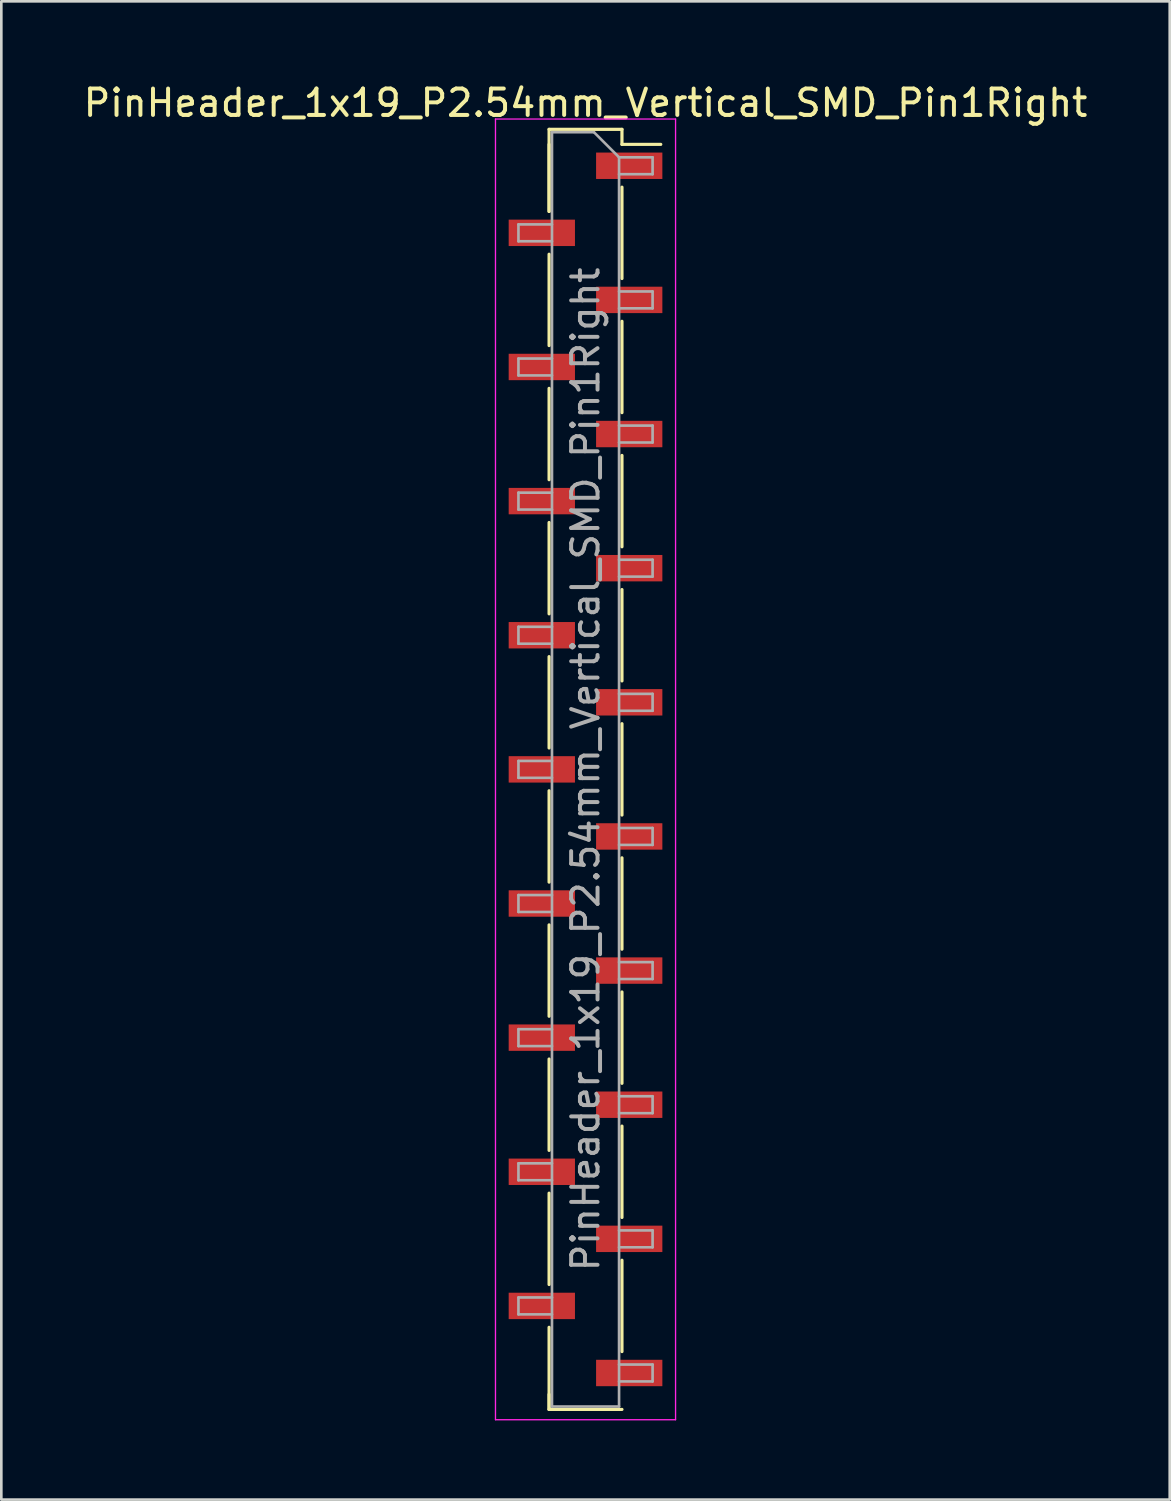
<source format=kicad_pcb>
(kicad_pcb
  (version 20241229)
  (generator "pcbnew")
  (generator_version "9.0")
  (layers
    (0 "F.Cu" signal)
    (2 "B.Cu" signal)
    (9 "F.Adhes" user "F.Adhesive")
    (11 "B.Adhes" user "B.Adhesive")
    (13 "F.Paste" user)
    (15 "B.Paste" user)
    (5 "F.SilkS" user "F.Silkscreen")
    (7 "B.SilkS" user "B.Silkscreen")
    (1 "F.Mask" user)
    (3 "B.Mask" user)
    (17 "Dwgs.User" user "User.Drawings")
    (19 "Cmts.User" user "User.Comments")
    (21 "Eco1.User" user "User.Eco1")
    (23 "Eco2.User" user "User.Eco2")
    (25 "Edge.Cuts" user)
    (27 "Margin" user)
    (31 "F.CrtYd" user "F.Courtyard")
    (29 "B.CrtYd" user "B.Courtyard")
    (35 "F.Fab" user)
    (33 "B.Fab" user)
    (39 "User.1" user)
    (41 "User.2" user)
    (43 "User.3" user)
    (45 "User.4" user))
  (footprint "PinHeader_1x19_P2.54mm_Vertical_SMD_Pin1Right"
    (layer "F.Cu")
    (at 19.125 26.088)
    (property "Reference" "PinHeader_1x19_P2.54mm_Vertical_SMD_Pin1Right" (at 0 -25.24 0) (layer "F.SilkS") (effects (font (size 1 1) (thickness 0.15))))
    (attr smd)
    (fp_line (start -1.38 -24.24) (end -1.38 -21.13) (stroke (width 0.12) (type solid)) (layer "F.SilkS"))
    (fp_line (start -1.38 -24.24) (end 1.38 -24.24) (stroke (width 0.12) (type solid)) (layer "F.SilkS"))
    (fp_line (start -1.38 -23.67) (end -1.38 -21.13) (stroke (width 0.12) (type solid)) (layer "F.SilkS"))
    (fp_line (start -1.38 -19.51) (end -1.38 -16.05) (stroke (width 0.12) (type solid)) (layer "F.SilkS"))
    (fp_line (start -1.38 -14.43) (end -1.38 -10.97) (stroke (width 0.12) (type solid)) (layer "F.SilkS"))
    (fp_line (start -1.38 -9.35) (end -1.38 -5.89) (stroke (width 0.12) (type solid)) (layer "F.SilkS"))
    (fp_line (start -1.38 -4.27) (end -1.38 -0.81) (stroke (width 0.12) (type solid)) (layer "F.SilkS"))
    (fp_line (start -1.38 0.81) (end -1.38 4.27) (stroke (width 0.12) (type solid)) (layer "F.SilkS"))
    (fp_line (start -1.38 5.89) (end -1.38 9.35) (stroke (width 0.12) (type solid)) (layer "F.SilkS"))
    (fp_line (start -1.38 10.97) (end -1.38 14.43) (stroke (width 0.12) (type solid)) (layer "F.SilkS"))
    (fp_line (start -1.38 16.05) (end -1.38 19.51) (stroke (width 0.12) (type solid)) (layer "F.SilkS"))
    (fp_line (start -1.38 21.13) (end -1.38 24.24) (stroke (width 0.12) (type solid)) (layer "F.SilkS"))
    (fp_line (start -1.38 23.67) (end -1.38 24.24) (stroke (width 0.12) (type solid)) (layer "F.SilkS"))
    (fp_line (start -1.38 24.24) (end 1.38 24.24) (stroke (width 0.12) (type solid)) (layer "F.SilkS"))
    (fp_line (start 1.38 -24.24) (end 1.38 -23.67) (stroke (width 0.12) (type solid)) (layer "F.SilkS"))
    (fp_line (start 1.38 -23.67) (end 2.85 -23.67) (stroke (width 0.12) (type solid)) (layer "F.SilkS"))
    (fp_line (start 1.38 -22.05) (end 1.38 -18.59) (stroke (width 0.12) (type solid)) (layer "F.SilkS"))
    (fp_line (start 1.38 -16.97) (end 1.38 -13.51) (stroke (width 0.12) (type solid)) (layer "F.SilkS"))
    (fp_line (start 1.38 -11.89) (end 1.38 -8.43) (stroke (width 0.12) (type solid)) (layer "F.SilkS"))
    (fp_line (start 1.38 -6.81) (end 1.38 -3.35) (stroke (width 0.12) (type solid)) (layer "F.SilkS"))
    (fp_line (start 1.38 -1.73) (end 1.38 1.73) (stroke (width 0.12) (type solid)) (layer "F.SilkS"))
    (fp_line (start 1.38 3.35) (end 1.38 6.81) (stroke (width 0.12) (type solid)) (layer "F.SilkS"))
    (fp_line (start 1.38 8.43) (end 1.38 11.89) (stroke (width 0.12) (type solid)) (layer "F.SilkS"))
    (fp_line (start 1.38 13.51) (end 1.38 16.97) (stroke (width 0.12) (type solid)) (layer "F.SilkS"))
    (fp_line (start 1.38 18.59) (end 1.38 22.05) (stroke (width 0.12) (type solid)) (layer "F.SilkS"))
    (fp_line (start -3.41 -24.63) (end -3.41 24.63) (stroke (width 0.05) (type solid)) (layer "F.CrtYd"))
    (fp_line (start -3.41 24.63) (end 3.41 24.63) (stroke (width 0.05) (type solid)) (layer "F.CrtYd"))
    (fp_line (start 3.41 -24.63) (end -3.41 -24.63) (stroke (width 0.05) (type solid)) (layer "F.CrtYd"))
    (fp_line (start 3.41 24.63) (end 3.41 -24.63) (stroke (width 0.05) (type solid)) (layer "F.CrtYd"))
    (fp_line (start -2.54 -20.64) (end -2.54 -20) (stroke (width 0.1) (type solid)) (layer "F.Fab"))
    (fp_line (start -2.54 -20) (end -1.27 -20) (stroke (width 0.1) (type solid)) (layer "F.Fab"))
    (fp_line (start -2.54 -15.56) (end -2.54 -14.92) (stroke (width 0.1) (type solid)) (layer "F.Fab"))
    (fp_line (start -2.54 -14.92) (end -1.27 -14.92) (stroke (width 0.1) (type solid)) (layer "F.Fab"))
    (fp_line (start -2.54 -10.48) (end -2.54 -9.84) (stroke (width 0.1) (type solid)) (layer "F.Fab"))
    (fp_line (start -2.54 -9.84) (end -1.27 -9.84) (stroke (width 0.1) (type solid)) (layer "F.Fab"))
    (fp_line (start -2.54 -5.4) (end -2.54 -4.76) (stroke (width 0.1) (type solid)) (layer "F.Fab"))
    (fp_line (start -2.54 -4.76) (end -1.27 -4.76) (stroke (width 0.1) (type solid)) (layer "F.Fab"))
    (fp_line (start -2.54 -0.32) (end -2.54 0.32) (stroke (width 0.1) (type solid)) (layer "F.Fab"))
    (fp_line (start -2.54 0.32) (end -1.27 0.32) (stroke (width 0.1) (type solid)) (layer "F.Fab"))
    (fp_line (start -2.54 4.76) (end -2.54 5.4) (stroke (width 0.1) (type solid)) (layer "F.Fab"))
    (fp_line (start -2.54 5.4) (end -1.27 5.4) (stroke (width 0.1) (type solid)) (layer "F.Fab"))
    (fp_line (start -2.54 9.84) (end -2.54 10.48) (stroke (width 0.1) (type solid)) (layer "F.Fab"))
    (fp_line (start -2.54 10.48) (end -1.27 10.48) (stroke (width 0.1) (type solid)) (layer "F.Fab"))
    (fp_line (start -2.54 14.92) (end -2.54 15.56) (stroke (width 0.1) (type solid)) (layer "F.Fab"))
    (fp_line (start -2.54 15.56) (end -1.27 15.56) (stroke (width 0.1) (type solid)) (layer "F.Fab"))
    (fp_line (start -2.54 20) (end -2.54 20.64) (stroke (width 0.1) (type solid)) (layer "F.Fab"))
    (fp_line (start -2.54 20.64) (end -1.27 20.64) (stroke (width 0.1) (type solid)) (layer "F.Fab"))
    (fp_line (start -1.27 -24.13) (end -1.27 24.13) (stroke (width 0.1) (type solid)) (layer "F.Fab"))
    (fp_line (start -1.27 -24.13) (end 0.32 -24.13) (stroke (width 0.1) (type solid)) (layer "F.Fab"))
    (fp_line (start -1.27 -20.64) (end -2.54 -20.64) (stroke (width 0.1) (type solid)) (layer "F.Fab"))
    (fp_line (start -1.27 -15.56) (end -2.54 -15.56) (stroke (width 0.1) (type solid)) (layer "F.Fab"))
    (fp_line (start -1.27 -10.48) (end -2.54 -10.48) (stroke (width 0.1) (type solid)) (layer "F.Fab"))
    (fp_line (start -1.27 -5.4) (end -2.54 -5.4) (stroke (width 0.1) (type solid)) (layer "F.Fab"))
    (fp_line (start -1.27 -0.32) (end -2.54 -0.32) (stroke (width 0.1) (type solid)) (layer "F.Fab"))
    (fp_line (start -1.27 4.76) (end -2.54 4.76) (stroke (width 0.1) (type solid)) (layer "F.Fab"))
    (fp_line (start -1.27 9.84) (end -2.54 9.84) (stroke (width 0.1) (type solid)) (layer "F.Fab"))
    (fp_line (start -1.27 14.92) (end -2.54 14.92) (stroke (width 0.1) (type solid)) (layer "F.Fab"))
    (fp_line (start -1.27 20) (end -2.54 20) (stroke (width 0.1) (type solid)) (layer "F.Fab"))
    (fp_line (start 1.27 -23.18) (end 0.32 -24.13) (stroke (width 0.1) (type solid)) (layer "F.Fab"))
    (fp_line (start 1.27 -23.18) (end 2.54 -23.18) (stroke (width 0.1) (type solid)) (layer "F.Fab"))
    (fp_line (start 1.27 -18.1) (end 2.54 -18.1) (stroke (width 0.1) (type solid)) (layer "F.Fab"))
    (fp_line (start 1.27 -13.02) (end 2.54 -13.02) (stroke (width 0.1) (type solid)) (layer "F.Fab"))
    (fp_line (start 1.27 -7.94) (end 2.54 -7.94) (stroke (width 0.1) (type solid)) (layer "F.Fab"))
    (fp_line (start 1.27 -2.86) (end 2.54 -2.86) (stroke (width 0.1) (type solid)) (layer "F.Fab"))
    (fp_line (start 1.27 2.22) (end 2.54 2.22) (stroke (width 0.1) (type solid)) (layer "F.Fab"))
    (fp_line (start 1.27 7.3) (end 2.54 7.3) (stroke (width 0.1) (type solid)) (layer "F.Fab"))
    (fp_line (start 1.27 12.38) (end 2.54 12.38) (stroke (width 0.1) (type solid)) (layer "F.Fab"))
    (fp_line (start 1.27 17.46) (end 2.54 17.46) (stroke (width 0.1) (type solid)) (layer "F.Fab"))
    (fp_line (start 1.27 22.54) (end 2.54 22.54) (stroke (width 0.1) (type solid)) (layer "F.Fab"))
    (fp_line (start 1.27 24.13) (end -1.27 24.13) (stroke (width 0.1) (type solid)) (layer "F.Fab"))
    (fp_line (start 1.27 24.13) (end 1.27 -23.18) (stroke (width 0.1) (type solid)) (layer "F.Fab"))
    (fp_line (start 2.54 -23.18) (end 2.54 -22.54) (stroke (width 0.1) (type solid)) (layer "F.Fab"))
    (fp_line (start 2.54 -22.54) (end 1.27 -22.54) (stroke (width 0.1) (type solid)) (layer "F.Fab"))
    (fp_line (start 2.54 -18.1) (end 2.54 -17.46) (stroke (width 0.1) (type solid)) (layer "F.Fab"))
    (fp_line (start 2.54 -17.46) (end 1.27 -17.46) (stroke (width 0.1) (type solid)) (layer "F.Fab"))
    (fp_line (start 2.54 -13.02) (end 2.54 -12.38) (stroke (width 0.1) (type solid)) (layer "F.Fab"))
    (fp_line (start 2.54 -12.38) (end 1.27 -12.38) (stroke (width 0.1) (type solid)) (layer "F.Fab"))
    (fp_line (start 2.54 -7.94) (end 2.54 -7.3) (stroke (width 0.1) (type solid)) (layer "F.Fab"))
    (fp_line (start 2.54 -7.3) (end 1.27 -7.3) (stroke (width 0.1) (type solid)) (layer "F.Fab"))
    (fp_line (start 2.54 -2.86) (end 2.54 -2.22) (stroke (width 0.1) (type solid)) (layer "F.Fab"))
    (fp_line (start 2.54 -2.22) (end 1.27 -2.22) (stroke (width 0.1) (type solid)) (layer "F.Fab"))
    (fp_line (start 2.54 2.22) (end 2.54 2.86) (stroke (width 0.1) (type solid)) (layer "F.Fab"))
    (fp_line (start 2.54 2.86) (end 1.27 2.86) (stroke (width 0.1) (type solid)) (layer "F.Fab"))
    (fp_line (start 2.54 7.3) (end 2.54 7.94) (stroke (width 0.1) (type solid)) (layer "F.Fab"))
    (fp_line (start 2.54 7.94) (end 1.27 7.94) (stroke (width 0.1) (type solid)) (layer "F.Fab"))
    (fp_line (start 2.54 12.38) (end 2.54 13.02) (stroke (width 0.1) (type solid)) (layer "F.Fab"))
    (fp_line (start 2.54 13.02) (end 1.27 13.02) (stroke (width 0.1) (type solid)) (layer "F.Fab"))
    (fp_line (start 2.54 17.46) (end 2.54 18.1) (stroke (width 0.1) (type solid)) (layer "F.Fab"))
    (fp_line (start 2.54 18.1) (end 1.27 18.1) (stroke (width 0.1) (type solid)) (layer "F.Fab"))
    (fp_line (start 2.54 22.54) (end 2.54 23.18) (stroke (width 0.1) (type solid)) (layer "F.Fab"))
    (fp_line (start 2.54 23.18) (end 1.27 23.18) (stroke (width 0.1) (type solid)) (layer "F.Fab"))
    (fp_text user "${REFERENCE}" (at 0 0 90) (layer "F.Fab") (effects (font (size 1 1) (thickness 0.15))))
    (pad "1" smd rect (at 1.655 -22.86) (size 2.51 1) (layers "F.Cu" "F.Mask" "F.Paste"))
    (pad "2" smd rect (at -1.655 -20.32) (size 2.51 1) (layers "F.Cu" "F.Mask" "F.Paste"))
    (pad "3" smd rect (at 1.655 -17.78) (size 2.51 1) (layers "F.Cu" "F.Mask" "F.Paste"))
    (pad "4" smd rect (at -1.655 -15.24) (size 2.51 1) (layers "F.Cu" "F.Mask" "F.Paste"))
    (pad "5" smd rect (at 1.655 -12.7) (size 2.51 1) (layers "F.Cu" "F.Mask" "F.Paste"))
    (pad "6" smd rect (at -1.655 -10.16) (size 2.51 1) (layers "F.Cu" "F.Mask" "F.Paste"))
    (pad "7" smd rect (at 1.655 -7.62) (size 2.51 1) (layers "F.Cu" "F.Mask" "F.Paste"))
    (pad "8" smd rect (at -1.655 -5.08) (size 2.51 1) (layers "F.Cu" "F.Mask" "F.Paste"))
    (pad "9" smd rect (at 1.655 -2.54) (size 2.51 1) (layers "F.Cu" "F.Mask" "F.Paste"))
    (pad "10" smd rect (at -1.655 0) (size 2.51 1) (layers "F.Cu" "F.Mask" "F.Paste"))
    (pad "11" smd rect (at 1.655 2.54) (size 2.51 1) (layers "F.Cu" "F.Mask" "F.Paste"))
    (pad "12" smd rect (at -1.655 5.08) (size 2.51 1) (layers "F.Cu" "F.Mask" "F.Paste"))
    (pad "13" smd rect (at 1.655 7.62) (size 2.51 1) (layers "F.Cu" "F.Mask" "F.Paste"))
    (pad "14" smd rect (at -1.655 10.16) (size 2.51 1) (layers "F.Cu" "F.Mask" "F.Paste"))
    (pad "15" smd rect (at 1.655 12.7) (size 2.51 1) (layers "F.Cu" "F.Mask" "F.Paste"))
    (pad "16" smd rect (at -1.655 15.24) (size 2.51 1) (layers "F.Cu" "F.Mask" "F.Paste"))
    (pad "17" smd rect (at 1.655 17.78) (size 2.51 1) (layers "F.Cu" "F.Mask" "F.Paste"))
    (pad "18" smd rect (at -1.655 20.32) (size 2.51 1) (layers "F.Cu" "F.Mask" "F.Paste"))
    (pad "19" smd rect (at 1.655 22.86) (size 2.51 1) (layers "F.Cu" "F.Mask" "F.Paste")))
  (gr_rect
    (start -3 -3)
    (end 41.25 53.743)
    (stroke (width 0.1) (type default))
    (fill no)
    (layer "Edge.Cuts")))
</source>
